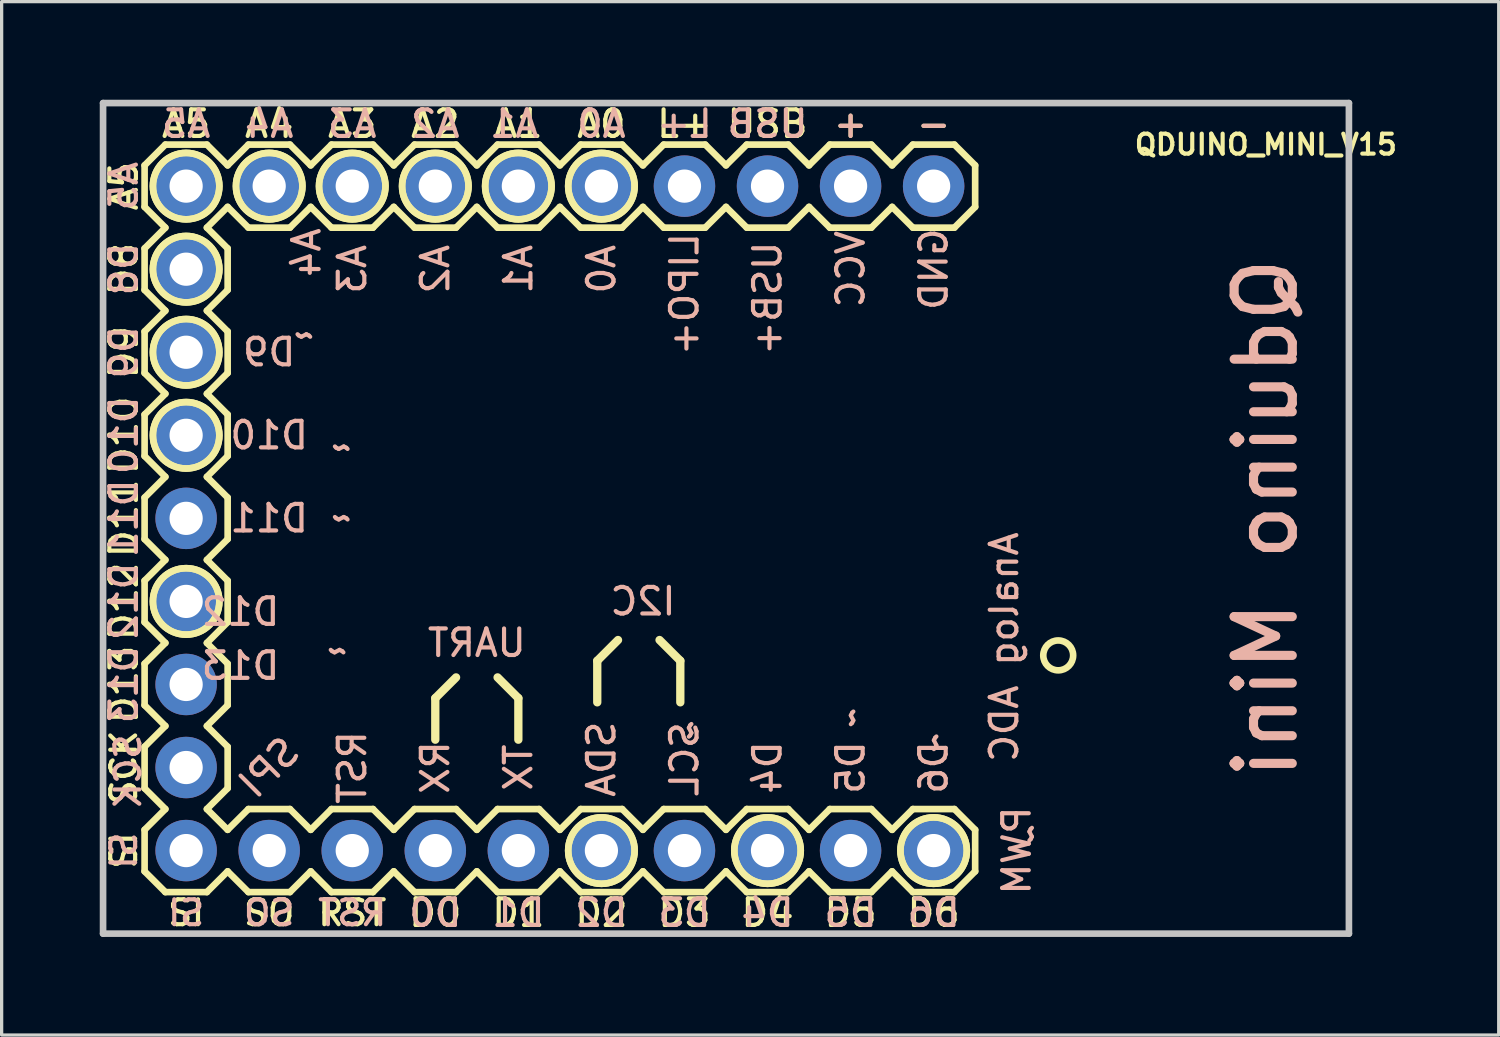
<source format=kicad_pcb>
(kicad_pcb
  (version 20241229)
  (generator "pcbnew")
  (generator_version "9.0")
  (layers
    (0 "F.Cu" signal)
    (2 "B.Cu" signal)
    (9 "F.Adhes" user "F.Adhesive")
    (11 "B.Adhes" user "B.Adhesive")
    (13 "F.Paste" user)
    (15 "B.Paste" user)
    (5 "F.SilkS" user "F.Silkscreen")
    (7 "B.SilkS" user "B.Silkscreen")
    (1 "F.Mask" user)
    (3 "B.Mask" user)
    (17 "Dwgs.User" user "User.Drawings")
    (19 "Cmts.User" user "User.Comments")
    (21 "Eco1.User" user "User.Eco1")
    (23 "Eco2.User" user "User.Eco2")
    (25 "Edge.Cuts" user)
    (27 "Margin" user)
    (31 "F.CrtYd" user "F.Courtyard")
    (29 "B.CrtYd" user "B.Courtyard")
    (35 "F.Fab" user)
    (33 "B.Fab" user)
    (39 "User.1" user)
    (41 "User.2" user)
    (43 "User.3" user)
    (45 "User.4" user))
  (footprint "QDUINO_MINI_V15"
    (layer "F.Cu")
    (at 19.152 12.802)
    (property "Reference" "QDUINO_MINI_V15" (at 16.51 -11.43 0) (layer "F.SilkS") (effects (font (size 0.61 0.61) (thickness 0.127))))
    (attr exclude_from_pos_files exclude_from_bom)
    (fp_line (start -17.78 -10.795) (end -17.78 -9.525) (stroke (width 0.203) (type solid)) (layer "F.SilkS"))
    (fp_line (start -17.78 -9.525) (end -17.145 -8.89) (stroke (width 0.203) (type solid)) (layer "F.SilkS"))
    (fp_line (start -17.78 -8.255) (end -17.145 -8.89) (stroke (width 0.203) (type solid)) (layer "F.SilkS"))
    (fp_line (start -17.78 -6.985) (end -17.78 -8.255) (stroke (width 0.203) (type solid)) (layer "F.SilkS"))
    (fp_line (start -17.78 -6.985) (end -17.145 -6.35) (stroke (width 0.203) (type solid)) (layer "F.SilkS"))
    (fp_line (start -17.78 -5.715) (end -17.145 -6.35) (stroke (width 0.203) (type solid)) (layer "F.SilkS"))
    (fp_line (start -17.78 -4.445) (end -17.78 -5.715) (stroke (width 0.203) (type solid)) (layer "F.SilkS"))
    (fp_line (start -17.78 -3.175) (end -17.145 -3.81) (stroke (width 0.203) (type solid)) (layer "F.SilkS"))
    (fp_line (start -17.78 -1.905) (end -17.78 -3.175) (stroke (width 0.203) (type solid)) (layer "F.SilkS"))
    (fp_line (start -17.78 -0.635) (end -17.145 -1.27) (stroke (width 0.203) (type solid)) (layer "F.SilkS"))
    (fp_line (start -17.78 0.635) (end -17.78 -0.635) (stroke (width 0.203) (type solid)) (layer "F.SilkS"))
    (fp_line (start -17.78 0.635) (end -17.145 1.27) (stroke (width 0.203) (type solid)) (layer "F.SilkS"))
    (fp_line (start -17.78 1.905) (end -17.145 1.27) (stroke (width 0.203) (type solid)) (layer "F.SilkS"))
    (fp_line (start -17.78 3.175) (end -17.78 1.905) (stroke (width 0.203) (type solid)) (layer "F.SilkS"))
    (fp_line (start -17.78 4.445) (end -17.145 3.81) (stroke (width 0.203) (type solid)) (layer "F.SilkS"))
    (fp_line (start -17.78 5.715) (end -17.78 4.445) (stroke (width 0.203) (type solid)) (layer "F.SilkS"))
    (fp_line (start -17.78 6.985) (end -17.145 6.35) (stroke (width 0.203) (type solid)) (layer "F.SilkS"))
    (fp_line (start -17.78 8.255) (end -17.78 6.985) (stroke (width 0.203) (type solid)) (layer "F.SilkS"))
    (fp_line (start -17.78 8.255) (end -17.145 8.89) (stroke (width 0.203) (type solid)) (layer "F.SilkS"))
    (fp_line (start -17.78 9.525) (end -17.78 10.795) (stroke (width 0.203) (type solid)) (layer "F.SilkS"))
    (fp_line (start -17.78 10.795) (end -17.145 11.43) (stroke (width 0.203) (type solid)) (layer "F.SilkS"))
    (fp_line (start -17.145 -11.43) (end -17.78 -10.795) (stroke (width 0.203) (type solid)) (layer "F.SilkS"))
    (fp_line (start -17.145 -11.43) (end -15.875 -11.43) (stroke (width 0.203) (type solid)) (layer "F.SilkS"))
    (fp_line (start -17.145 -3.81) (end -17.78 -4.445) (stroke (width 0.203) (type solid)) (layer "F.SilkS"))
    (fp_line (start -17.145 -1.27) (end -17.78 -1.905) (stroke (width 0.203) (type solid)) (layer "F.SilkS"))
    (fp_line (start -17.145 3.81) (end -17.78 3.175) (stroke (width 0.203) (type solid)) (layer "F.SilkS"))
    (fp_line (start -17.145 6.35) (end -17.78 5.715) (stroke (width 0.203) (type solid)) (layer "F.SilkS"))
    (fp_line (start -17.145 8.89) (end -17.78 9.525) (stroke (width 0.203) (type solid)) (layer "F.SilkS"))
    (fp_line (start -15.875 -11.43) (end -15.24 -10.795) (stroke (width 0.203) (type solid)) (layer "F.SilkS"))
    (fp_line (start -15.875 -8.89) (end -15.24 -8.255) (stroke (width 0.203) (type solid)) (layer "F.SilkS"))
    (fp_line (start -15.875 -6.35) (end -15.24 -6.985) (stroke (width 0.203) (type solid)) (layer "F.SilkS"))
    (fp_line (start -15.875 -6.35) (end -15.24 -5.715) (stroke (width 0.203) (type solid)) (layer "F.SilkS"))
    (fp_line (start -15.875 -3.81) (end -15.24 -3.175) (stroke (width 0.203) (type solid)) (layer "F.SilkS"))
    (fp_line (start -15.875 -1.27) (end -15.24 -0.635) (stroke (width 0.203) (type solid)) (layer "F.SilkS"))
    (fp_line (start -15.875 1.27) (end -15.24 0.635) (stroke (width 0.203) (type solid)) (layer "F.SilkS"))
    (fp_line (start -15.875 1.27) (end -15.24 1.905) (stroke (width 0.203) (type solid)) (layer "F.SilkS"))
    (fp_line (start -15.875 3.81) (end -15.24 4.445) (stroke (width 0.203) (type solid)) (layer "F.SilkS"))
    (fp_line (start -15.875 6.35) (end -15.24 6.985) (stroke (width 0.203) (type solid)) (layer "F.SilkS"))
    (fp_line (start -15.875 8.89) (end -15.24 8.255) (stroke (width 0.203) (type solid)) (layer "F.SilkS"))
    (fp_line (start -15.875 8.89) (end -15.24 9.525) (stroke (width 0.203) (type solid)) (layer "F.SilkS"))
    (fp_line (start -15.875 11.43) (end -17.145 11.43) (stroke (width 0.203) (type solid)) (layer "F.SilkS"))
    (fp_line (start -15.24 -10.795) (end -14.605 -11.43) (stroke (width 0.203) (type solid)) (layer "F.SilkS"))
    (fp_line (start -15.24 -9.525) (end -15.875 -8.89) (stroke (width 0.203) (type solid)) (layer "F.SilkS"))
    (fp_line (start -15.24 -8.255) (end -15.24 -6.985) (stroke (width 0.203) (type solid)) (layer "F.SilkS"))
    (fp_line (start -15.24 -5.715) (end -15.24 -4.445) (stroke (width 0.203) (type solid)) (layer "F.SilkS"))
    (fp_line (start -15.24 -4.445) (end -15.875 -3.81) (stroke (width 0.203) (type solid)) (layer "F.SilkS"))
    (fp_line (start -15.24 -3.175) (end -15.24 -1.905) (stroke (width 0.203) (type solid)) (layer "F.SilkS"))
    (fp_line (start -15.24 -1.905) (end -15.875 -1.27) (stroke (width 0.203) (type solid)) (layer "F.SilkS"))
    (fp_line (start -15.24 -0.635) (end -15.24 0.635) (stroke (width 0.203) (type solid)) (layer "F.SilkS"))
    (fp_line (start -15.24 1.905) (end -15.24 3.175) (stroke (width 0.203) (type solid)) (layer "F.SilkS"))
    (fp_line (start -15.24 3.175) (end -15.875 3.81) (stroke (width 0.203) (type solid)) (layer "F.SilkS"))
    (fp_line (start -15.24 4.445) (end -15.24 5.715) (stroke (width 0.203) (type solid)) (layer "F.SilkS"))
    (fp_line (start -15.24 5.715) (end -15.875 6.35) (stroke (width 0.203) (type solid)) (layer "F.SilkS"))
    (fp_line (start -15.24 6.985) (end -15.24 8.255) (stroke (width 0.203) (type solid)) (layer "F.SilkS"))
    (fp_line (start -15.24 9.525) (end -14.605 8.89) (stroke (width 0.203) (type solid)) (layer "F.SilkS"))
    (fp_line (start -15.24 10.795) (end -15.875 11.43) (stroke (width 0.203) (type solid)) (layer "F.SilkS"))
    (fp_line (start -14.605 -11.43) (end -13.335 -11.43) (stroke (width 0.203) (type solid)) (layer "F.SilkS"))
    (fp_line (start -14.605 -8.89) (end -15.24 -9.525) (stroke (width 0.203) (type solid)) (layer "F.SilkS"))
    (fp_line (start -14.605 8.89) (end -13.335 8.89) (stroke (width 0.203) (type solid)) (layer "F.SilkS"))
    (fp_line (start -14.605 11.43) (end -15.24 10.795) (stroke (width 0.203) (type solid)) (layer "F.SilkS"))
    (fp_line (start -13.335 -11.43) (end -12.7 -10.795) (stroke (width 0.203) (type solid)) (layer "F.SilkS"))
    (fp_line (start -13.335 -8.89) (end -14.605 -8.89) (stroke (width 0.203) (type solid)) (layer "F.SilkS"))
    (fp_line (start -13.335 8.89) (end -12.7 9.525) (stroke (width 0.203) (type solid)) (layer "F.SilkS"))
    (fp_line (start -13.335 11.43) (end -14.605 11.43) (stroke (width 0.203) (type solid)) (layer "F.SilkS"))
    (fp_line (start -12.7 -10.795) (end -12.065 -11.43) (stroke (width 0.203) (type solid)) (layer "F.SilkS"))
    (fp_line (start -12.7 -9.525) (end -13.335 -8.89) (stroke (width 0.203) (type solid)) (layer "F.SilkS"))
    (fp_line (start -12.7 9.525) (end -12.065 8.89) (stroke (width 0.203) (type solid)) (layer "F.SilkS"))
    (fp_line (start -12.7 10.795) (end -13.335 11.43) (stroke (width 0.203) (type solid)) (layer "F.SilkS"))
    (fp_line (start -12.065 -11.43) (end -10.795 -11.43) (stroke (width 0.203) (type solid)) (layer "F.SilkS"))
    (fp_line (start -12.065 -8.89) (end -12.7 -9.525) (stroke (width 0.203) (type solid)) (layer "F.SilkS"))
    (fp_line (start -12.065 8.89) (end -10.795 8.89) (stroke (width 0.203) (type solid)) (layer "F.SilkS"))
    (fp_line (start -12.065 11.43) (end -12.7 10.795) (stroke (width 0.203) (type solid)) (layer "F.SilkS"))
    (fp_line (start -10.795 -11.43) (end -10.16 -10.795) (stroke (width 0.203) (type solid)) (layer "F.SilkS"))
    (fp_line (start -10.795 -8.89) (end -12.065 -8.89) (stroke (width 0.203) (type solid)) (layer "F.SilkS"))
    (fp_line (start -10.795 8.89) (end -10.16 9.525) (stroke (width 0.203) (type solid)) (layer "F.SilkS"))
    (fp_line (start -10.795 11.43) (end -12.065 11.43) (stroke (width 0.203) (type solid)) (layer "F.SilkS"))
    (fp_line (start -10.16 -9.525) (end -10.795 -8.89) (stroke (width 0.203) (type solid)) (layer "F.SilkS"))
    (fp_line (start -10.16 -9.525) (end -9.525 -8.89) (stroke (width 0.203) (type solid)) (layer "F.SilkS"))
    (fp_line (start -10.16 10.795) (end -10.795 11.43) (stroke (width 0.203) (type solid)) (layer "F.SilkS"))
    (fp_line (start -10.16 10.795) (end -9.525 11.43) (stroke (width 0.203) (type solid)) (layer "F.SilkS"))
    (fp_line (start -9.525 -11.43) (end -10.16 -10.795) (stroke (width 0.203) (type solid)) (layer "F.SilkS"))
    (fp_line (start -9.525 -11.43) (end -8.255 -11.43) (stroke (width 0.203) (type solid)) (layer "F.SilkS"))
    (fp_line (start -9.525 8.89) (end -10.16 9.525) (stroke (width 0.203) (type solid)) (layer "F.SilkS"))
    (fp_line (start -9.525 8.89) (end -8.255 8.89) (stroke (width 0.203) (type solid)) (layer "F.SilkS"))
    (fp_line (start -8.89 5.499) (end -8.89 6.769) (stroke (width 0.254) (type solid)) (layer "F.SilkS"))
    (fp_line (start -8.89 5.499) (end -8.255 4.864) (stroke (width 0.254) (type solid)) (layer "F.SilkS"))
    (fp_line (start -8.255 -11.43) (end -7.62 -10.795) (stroke (width 0.203) (type solid)) (layer "F.SilkS"))
    (fp_line (start -8.255 -8.89) (end -9.525 -8.89) (stroke (width 0.203) (type solid)) (layer "F.SilkS"))
    (fp_line (start -8.255 8.89) (end -7.62 9.525) (stroke (width 0.203) (type solid)) (layer "F.SilkS"))
    (fp_line (start -8.255 11.43) (end -9.525 11.43) (stroke (width 0.203) (type solid)) (layer "F.SilkS"))
    (fp_line (start -7.62 -10.795) (end -6.985 -11.43) (stroke (width 0.203) (type solid)) (layer "F.SilkS"))
    (fp_line (start -7.62 -9.525) (end -8.255 -8.89) (stroke (width 0.203) (type solid)) (layer "F.SilkS"))
    (fp_line (start -7.62 9.525) (end -6.985 8.89) (stroke (width 0.203) (type solid)) (layer "F.SilkS"))
    (fp_line (start -7.62 10.795) (end -8.255 11.43) (stroke (width 0.203) (type solid)) (layer "F.SilkS"))
    (fp_line (start -6.985 -11.43) (end -5.715 -11.43) (stroke (width 0.203) (type solid)) (layer "F.SilkS"))
    (fp_line (start -6.985 -8.89) (end -7.62 -9.525) (stroke (width 0.203) (type solid)) (layer "F.SilkS"))
    (fp_line (start -6.985 4.864) (end -6.35 5.499) (stroke (width 0.254) (type solid)) (layer "F.SilkS"))
    (fp_line (start -6.985 8.89) (end -5.715 8.89) (stroke (width 0.203) (type solid)) (layer "F.SilkS"))
    (fp_line (start -6.985 11.43) (end -7.62 10.795) (stroke (width 0.203) (type solid)) (layer "F.SilkS"))
    (fp_line (start -6.35 5.499) (end -6.35 6.769) (stroke (width 0.254) (type solid)) (layer "F.SilkS"))
    (fp_line (start -5.715 -11.43) (end -5.08 -10.795) (stroke (width 0.203) (type solid)) (layer "F.SilkS"))
    (fp_line (start -5.715 -8.89) (end -6.985 -8.89) (stroke (width 0.203) (type solid)) (layer "F.SilkS"))
    (fp_line (start -5.715 8.89) (end -5.08 9.525) (stroke (width 0.203) (type solid)) (layer "F.SilkS"))
    (fp_line (start -5.715 11.43) (end -6.985 11.43) (stroke (width 0.203) (type solid)) (layer "F.SilkS"))
    (fp_line (start -5.08 -10.795) (end -4.445 -11.43) (stroke (width 0.203) (type solid)) (layer "F.SilkS"))
    (fp_line (start -5.08 -9.525) (end -5.715 -8.89) (stroke (width 0.203) (type solid)) (layer "F.SilkS"))
    (fp_line (start -5.08 9.525) (end -4.445 8.89) (stroke (width 0.203) (type solid)) (layer "F.SilkS"))
    (fp_line (start -5.08 10.795) (end -5.715 11.43) (stroke (width 0.203) (type solid)) (layer "F.SilkS"))
    (fp_line (start -4.445 -11.43) (end -3.175 -11.43) (stroke (width 0.203) (type solid)) (layer "F.SilkS"))
    (fp_line (start -4.445 -8.89) (end -5.08 -9.525) (stroke (width 0.203) (type solid)) (layer "F.SilkS"))
    (fp_line (start -4.445 8.89) (end -3.175 8.89) (stroke (width 0.203) (type solid)) (layer "F.SilkS"))
    (fp_line (start -4.445 11.43) (end -5.08 10.795) (stroke (width 0.203) (type solid)) (layer "F.SilkS"))
    (fp_line (start -3.937 4.356) (end -3.302 3.721) (stroke (width 0.254) (type solid)) (layer "F.SilkS"))
    (fp_line (start -3.937 5.626) (end -3.937 4.356) (stroke (width 0.254) (type solid)) (layer "F.SilkS"))
    (fp_line (start -3.175 -11.43) (end -2.54 -10.795) (stroke (width 0.203) (type solid)) (layer "F.SilkS"))
    (fp_line (start -3.175 -8.89) (end -4.445 -8.89) (stroke (width 0.203) (type solid)) (layer "F.SilkS"))
    (fp_line (start -3.175 8.89) (end -2.54 9.525) (stroke (width 0.203) (type solid)) (layer "F.SilkS"))
    (fp_line (start -3.175 11.43) (end -4.445 11.43) (stroke (width 0.203) (type solid)) (layer "F.SilkS"))
    (fp_line (start -2.54 -9.525) (end -3.175 -8.89) (stroke (width 0.203) (type solid)) (layer "F.SilkS"))
    (fp_line (start -2.54 -9.525) (end -1.905 -8.89) (stroke (width 0.203) (type solid)) (layer "F.SilkS"))
    (fp_line (start -2.54 10.795) (end -3.175 11.43) (stroke (width 0.203) (type solid)) (layer "F.SilkS"))
    (fp_line (start -2.54 10.795) (end -1.905 11.43) (stroke (width 0.203) (type solid)) (layer "F.SilkS"))
    (fp_line (start -2.032 3.721) (end -1.397 4.356) (stroke (width 0.254) (type solid)) (layer "F.SilkS"))
    (fp_line (start -1.905 -11.43) (end -2.54 -10.795) (stroke (width 0.203) (type solid)) (layer "F.SilkS"))
    (fp_line (start -1.905 -11.43) (end -0.635 -11.43) (stroke (width 0.203) (type solid)) (layer "F.SilkS"))
    (fp_line (start -1.905 8.89) (end -2.54 9.525) (stroke (width 0.203) (type solid)) (layer "F.SilkS"))
    (fp_line (start -1.905 8.89) (end -0.635 8.89) (stroke (width 0.203) (type solid)) (layer "F.SilkS"))
    (fp_line (start -1.397 4.356) (end -1.397 5.626) (stroke (width 0.254) (type solid)) (layer "F.SilkS"))
    (fp_line (start -0.635 -11.43) (end 0 -10.795) (stroke (width 0.203) (type solid)) (layer "F.SilkS"))
    (fp_line (start -0.635 -8.89) (end -1.905 -8.89) (stroke (width 0.203) (type solid)) (layer "F.SilkS"))
    (fp_line (start -0.635 8.89) (end 0 9.525) (stroke (width 0.203) (type solid)) (layer "F.SilkS"))
    (fp_line (start -0.635 11.43) (end -1.905 11.43) (stroke (width 0.203) (type solid)) (layer "F.SilkS"))
    (fp_line (start 0 -9.525) (end -0.635 -8.89) (stroke (width 0.203) (type solid)) (layer "F.SilkS"))
    (fp_line (start 0 -9.525) (end 0.635 -8.89) (stroke (width 0.203) (type solid)) (layer "F.SilkS"))
    (fp_line (start 0 10.795) (end -0.635 11.43) (stroke (width 0.203) (type solid)) (layer "F.SilkS"))
    (fp_line (start 0 10.795) (end 0.635 11.43) (stroke (width 0.203) (type solid)) (layer "F.SilkS"))
    (fp_line (start 0.635 -11.43) (end 0 -10.795) (stroke (width 0.203) (type solid)) (layer "F.SilkS"))
    (fp_line (start 0.635 -11.43) (end 1.905 -11.43) (stroke (width 0.203) (type solid)) (layer "F.SilkS"))
    (fp_line (start 0.635 8.89) (end 0 9.525) (stroke (width 0.203) (type solid)) (layer "F.SilkS"))
    (fp_line (start 0.635 8.89) (end 1.905 8.89) (stroke (width 0.203) (type solid)) (layer "F.SilkS"))
    (fp_line (start 1.905 -11.43) (end 2.54 -10.795) (stroke (width 0.203) (type solid)) (layer "F.SilkS"))
    (fp_line (start 1.905 -8.89) (end 0.635 -8.89) (stroke (width 0.203) (type solid)) (layer "F.SilkS"))
    (fp_line (start 1.905 8.89) (end 2.54 9.525) (stroke (width 0.203) (type solid)) (layer "F.SilkS"))
    (fp_line (start 1.905 11.43) (end 0.635 11.43) (stroke (width 0.203) (type solid)) (layer "F.SilkS"))
    (fp_line (start 2.54 -9.525) (end 1.905 -8.89) (stroke (width 0.203) (type solid)) (layer "F.SilkS"))
    (fp_line (start 2.54 -9.525) (end 3.175 -8.89) (stroke (width 0.203) (type solid)) (layer "F.SilkS"))
    (fp_line (start 2.54 10.795) (end 1.905 11.43) (stroke (width 0.203) (type solid)) (layer "F.SilkS"))
    (fp_line (start 2.54 10.795) (end 3.175 11.43) (stroke (width 0.203) (type solid)) (layer "F.SilkS"))
    (fp_line (start 3.175 -11.43) (end 2.54 -10.795) (stroke (width 0.203) (type solid)) (layer "F.SilkS"))
    (fp_line (start 3.175 -11.43) (end 4.445 -11.43) (stroke (width 0.203) (type solid)) (layer "F.SilkS"))
    (fp_line (start 3.175 8.89) (end 2.54 9.525) (stroke (width 0.203) (type solid)) (layer "F.SilkS"))
    (fp_line (start 3.175 8.89) (end 4.445 8.89) (stroke (width 0.203) (type solid)) (layer "F.SilkS"))
    (fp_line (start 4.445 -11.43) (end 5.08 -10.795) (stroke (width 0.203) (type solid)) (layer "F.SilkS"))
    (fp_line (start 4.445 -8.89) (end 3.175 -8.89) (stroke (width 0.203) (type solid)) (layer "F.SilkS"))
    (fp_line (start 4.445 8.89) (end 5.08 9.525) (stroke (width 0.203) (type solid)) (layer "F.SilkS"))
    (fp_line (start 4.445 11.43) (end 3.175 11.43) (stroke (width 0.203) (type solid)) (layer "F.SilkS"))
    (fp_line (start 5.08 -9.525) (end 4.445 -8.89) (stroke (width 0.203) (type solid)) (layer "F.SilkS"))
    (fp_line (start 5.08 -9.525) (end 5.715 -8.89) (stroke (width 0.203) (type solid)) (layer "F.SilkS"))
    (fp_line (start 5.08 10.795) (end 4.445 11.43) (stroke (width 0.203) (type solid)) (layer "F.SilkS"))
    (fp_line (start 5.08 10.795) (end 5.715 11.43) (stroke (width 0.203) (type solid)) (layer "F.SilkS"))
    (fp_line (start 5.715 -11.43) (end 5.08 -10.795) (stroke (width 0.203) (type solid)) (layer "F.SilkS"))
    (fp_line (start 5.715 -11.43) (end 6.985 -11.43) (stroke (width 0.203) (type solid)) (layer "F.SilkS"))
    (fp_line (start 5.715 8.89) (end 5.08 9.525) (stroke (width 0.203) (type solid)) (layer "F.SilkS"))
    (fp_line (start 5.715 8.89) (end 6.985 8.89) (stroke (width 0.203) (type solid)) (layer "F.SilkS"))
    (fp_line (start 6.985 -11.43) (end 7.62 -10.795) (stroke (width 0.203) (type solid)) (layer "F.SilkS"))
    (fp_line (start 6.985 -8.89) (end 5.715 -8.89) (stroke (width 0.203) (type solid)) (layer "F.SilkS"))
    (fp_line (start 6.985 8.89) (end 7.62 9.525) (stroke (width 0.203) (type solid)) (layer "F.SilkS"))
    (fp_line (start 6.985 11.43) (end 5.715 11.43) (stroke (width 0.203) (type solid)) (layer "F.SilkS"))
    (fp_line (start 7.62 -10.795) (end 7.62 -9.525) (stroke (width 0.203) (type solid)) (layer "F.SilkS"))
    (fp_line (start 7.62 -9.525) (end 6.985 -8.89) (stroke (width 0.203) (type solid)) (layer "F.SilkS"))
    (fp_line (start 7.62 9.525) (end 7.62 10.795) (stroke (width 0.203) (type solid)) (layer "F.SilkS"))
    (fp_line (start 7.62 10.795) (end 6.985 11.43) (stroke (width 0.203) (type solid)) (layer "F.SilkS"))
    (fp_circle (center -16.51 -10.16) (end -16.51 -11.176) (stroke (width 0.203) (type solid)) (fill no) (layer "F.SilkS"))
    (fp_circle (center -16.51 -10.16) (end -16.51 -11.176) (stroke (width 0.203) (type solid)) (fill no) (layer "F.SilkS"))
    (fp_circle (center -16.51 -7.62) (end -16.51 -8.636) (stroke (width 0.203) (type solid)) (fill no) (layer "F.SilkS"))
    (fp_circle (center -16.51 -7.62) (end -16.51 -8.636) (stroke (width 0.203) (type solid)) (fill no) (layer "F.SilkS"))
    (fp_circle (center -16.51 -5.08) (end -16.51 -6.096) (stroke (width 0.203) (type solid)) (fill no) (layer "F.SilkS"))
    (fp_circle (center -16.51 -5.08) (end -16.51 -6.096) (stroke (width 0.203) (type solid)) (fill no) (layer "F.SilkS"))
    (fp_circle (center -16.51 -2.54) (end -16.51 -3.556) (stroke (width 0.203) (type solid)) (fill no) (layer "F.SilkS"))
    (fp_circle (center -16.51 -2.54) (end -16.51 -3.556) (stroke (width 0.203) (type solid)) (fill no) (layer "F.SilkS"))
    (fp_circle (center -16.51 2.54) (end -16.51 1.524) (stroke (width 0.203) (type solid)) (fill no) (layer "F.SilkS"))
    (fp_circle (center -16.51 2.54) (end -16.51 1.524) (stroke (width 0.203) (type solid)) (fill no) (layer "F.SilkS"))
    (fp_circle (center -13.97 -10.16) (end -13.97 -11.176) (stroke (width 0.203) (type solid)) (fill no) (layer "F.SilkS"))
    (fp_circle (center -13.97 -10.16) (end -13.97 -11.176) (stroke (width 0.203) (type solid)) (fill no) (layer "F.SilkS"))
    (fp_circle (center -11.43 -10.16) (end -11.43 -11.176) (stroke (width 0.203) (type solid)) (fill no) (layer "F.SilkS"))
    (fp_circle (center -11.43 -10.16) (end -11.43 -11.176) (stroke (width 0.203) (type solid)) (fill no) (layer "F.SilkS"))
    (fp_circle (center -8.89 -10.16) (end -8.89 -11.176) (stroke (width 0.203) (type solid)) (fill no) (layer "F.SilkS"))
    (fp_circle (center -8.89 -10.16) (end -8.89 -11.176) (stroke (width 0.203) (type solid)) (fill no) (layer "F.SilkS"))
    (fp_circle (center -6.35 -10.16) (end -6.35 -11.176) (stroke (width 0.203) (type solid)) (fill no) (layer "F.SilkS"))
    (fp_circle (center -6.35 -10.16) (end -6.35 -11.176) (stroke (width 0.203) (type solid)) (fill no) (layer "F.SilkS"))
    (fp_circle (center -3.81 -10.16) (end -3.81 -11.176) (stroke (width 0.203) (type solid)) (fill no) (layer "F.SilkS"))
    (fp_circle (center -3.81 -10.16) (end -3.81 -11.176) (stroke (width 0.203) (type solid)) (fill no) (layer "F.SilkS"))
    (fp_circle (center -3.81 10.16) (end -3.81 9.144) (stroke (width 0.203) (type solid)) (fill no) (layer "F.SilkS"))
    (fp_circle (center -3.81 10.16) (end -3.81 9.144) (stroke (width 0.203) (type solid)) (fill no) (layer "F.SilkS"))
    (fp_circle (center 1.27 10.16) (end 1.27 9.144) (stroke (width 0.203) (type solid)) (fill no) (layer "F.SilkS"))
    (fp_circle (center 1.27 10.16) (end 1.27 9.144) (stroke (width 0.203) (type solid)) (fill no) (layer "F.SilkS"))
    (fp_circle (center 6.35 10.16) (end 6.35 9.144) (stroke (width 0.203) (type solid)) (fill no) (layer "F.SilkS"))
    (fp_circle (center 6.35 10.16) (end 6.35 9.144) (stroke (width 0.203) (type solid)) (fill no) (layer "F.SilkS"))
    (fp_circle (center 10.16 4.191) (end 10.16 3.734) (stroke (width 0.203) (type solid)) (fill no) (layer "F.SilkS"))
    (fp_line (start -19.05 -12.7) (end -19.05 12.7) (stroke (width 0.203) (type solid)) (layer "Dwgs.User"))
    (fp_line (start -19.05 12.7) (end 19.05 12.7) (stroke (width 0.203) (type solid)) (layer "Dwgs.User"))
    (fp_line (start -16.764 -10.414) (end -16.256 -10.414) (stroke (width 0.066) (type solid)) (layer "Dwgs.User"))
    (fp_line (start -16.764 -9.906) (end -16.764 -10.414) (stroke (width 0.066) (type solid)) (layer "Dwgs.User"))
    (fp_line (start -16.764 -9.906) (end -16.256 -9.906) (stroke (width 0.066) (type solid)) (layer "Dwgs.User"))
    (fp_line (start -16.764 -7.874) (end -16.256 -7.874) (stroke (width 0.066) (type solid)) (layer "Dwgs.User"))
    (fp_line (start -16.764 -7.366) (end -16.764 -7.874) (stroke (width 0.066) (type solid)) (layer "Dwgs.User"))
    (fp_line (start -16.764 -7.366) (end -16.256 -7.366) (stroke (width 0.066) (type solid)) (layer "Dwgs.User"))
    (fp_line (start -16.764 -5.334) (end -16.256 -5.334) (stroke (width 0.066) (type solid)) (layer "Dwgs.User"))
    (fp_line (start -16.764 -4.826) (end -16.764 -5.334) (stroke (width 0.066) (type solid)) (layer "Dwgs.User"))
    (fp_line (start -16.764 -4.826) (end -16.256 -4.826) (stroke (width 0.066) (type solid)) (layer "Dwgs.User"))
    (fp_line (start -16.764 -2.794) (end -16.256 -2.794) (stroke (width 0.066) (type solid)) (layer "Dwgs.User"))
    (fp_line (start -16.764 -2.286) (end -16.764 -2.794) (stroke (width 0.066) (type solid)) (layer "Dwgs.User"))
    (fp_line (start -16.764 -2.286) (end -16.256 -2.286) (stroke (width 0.066) (type solid)) (layer "Dwgs.User"))
    (fp_line (start -16.764 -0.254) (end -16.256 -0.254) (stroke (width 0.066) (type solid)) (layer "Dwgs.User"))
    (fp_line (start -16.764 0.254) (end -16.764 -0.254) (stroke (width 0.066) (type solid)) (layer "Dwgs.User"))
    (fp_line (start -16.764 0.254) (end -16.256 0.254) (stroke (width 0.066) (type solid)) (layer "Dwgs.User"))
    (fp_line (start -16.764 2.286) (end -16.256 2.286) (stroke (width 0.066) (type solid)) (layer "Dwgs.User"))
    (fp_line (start -16.764 2.794) (end -16.764 2.286) (stroke (width 0.066) (type solid)) (layer "Dwgs.User"))
    (fp_line (start -16.764 2.794) (end -16.256 2.794) (stroke (width 0.066) (type solid)) (layer "Dwgs.User"))
    (fp_line (start -16.764 4.826) (end -16.256 4.826) (stroke (width 0.066) (type solid)) (layer "Dwgs.User"))
    (fp_line (start -16.764 5.334) (end -16.764 4.826) (stroke (width 0.066) (type solid)) (layer "Dwgs.User"))
    (fp_line (start -16.764 5.334) (end -16.256 5.334) (stroke (width 0.066) (type solid)) (layer "Dwgs.User"))
    (fp_line (start -16.764 7.366) (end -16.256 7.366) (stroke (width 0.066) (type solid)) (layer "Dwgs.User"))
    (fp_line (start -16.764 7.874) (end -16.764 7.366) (stroke (width 0.066) (type solid)) (layer "Dwgs.User"))
    (fp_line (start -16.764 7.874) (end -16.256 7.874) (stroke (width 0.066) (type solid)) (layer "Dwgs.User"))
    (fp_line (start -16.764 9.906) (end -16.256 9.906) (stroke (width 0.066) (type solid)) (layer "Dwgs.User"))
    (fp_line (start -16.764 10.414) (end -16.764 9.906) (stroke (width 0.066) (type solid)) (layer "Dwgs.User"))
    (fp_line (start -16.764 10.414) (end -16.256 10.414) (stroke (width 0.066) (type solid)) (layer "Dwgs.User"))
    (fp_line (start -16.256 -9.906) (end -16.256 -10.414) (stroke (width 0.066) (type solid)) (layer "Dwgs.User"))
    (fp_line (start -16.256 -7.366) (end -16.256 -7.874) (stroke (width 0.066) (type solid)) (layer "Dwgs.User"))
    (fp_line (start -16.256 -4.826) (end -16.256 -5.334) (stroke (width 0.066) (type solid)) (layer "Dwgs.User"))
    (fp_line (start -16.256 -2.286) (end -16.256 -2.794) (stroke (width 0.066) (type solid)) (layer "Dwgs.User"))
    (fp_line (start -16.256 0.254) (end -16.256 -0.254) (stroke (width 0.066) (type solid)) (layer "Dwgs.User"))
    (fp_line (start -16.256 2.794) (end -16.256 2.286) (stroke (width 0.066) (type solid)) (layer "Dwgs.User"))
    (fp_line (start -16.256 5.334) (end -16.256 4.826) (stroke (width 0.066) (type solid)) (layer "Dwgs.User"))
    (fp_line (start -16.256 7.874) (end -16.256 7.366) (stroke (width 0.066) (type solid)) (layer "Dwgs.User"))
    (fp_line (start -16.256 10.414) (end -16.256 9.906) (stroke (width 0.066) (type solid)) (layer "Dwgs.User"))
    (fp_line (start -14.224 -10.414) (end -13.716 -10.414) (stroke (width 0.066) (type solid)) (layer "Dwgs.User"))
    (fp_line (start -14.224 -9.906) (end -14.224 -10.414) (stroke (width 0.066) (type solid)) (layer "Dwgs.User"))
    (fp_line (start -14.224 -9.906) (end -13.716 -9.906) (stroke (width 0.066) (type solid)) (layer "Dwgs.User"))
    (fp_line (start -14.224 9.906) (end -13.716 9.906) (stroke (width 0.066) (type solid)) (layer "Dwgs.User"))
    (fp_line (start -14.224 10.414) (end -14.224 9.906) (stroke (width 0.066) (type solid)) (layer "Dwgs.User"))
    (fp_line (start -14.224 10.414) (end -13.716 10.414) (stroke (width 0.066) (type solid)) (layer "Dwgs.User"))
    (fp_line (start -13.716 -9.906) (end -13.716 -10.414) (stroke (width 0.066) (type solid)) (layer "Dwgs.User"))
    (fp_line (start -13.716 10.414) (end -13.716 9.906) (stroke (width 0.066) (type solid)) (layer "Dwgs.User"))
    (fp_line (start -11.684 -10.414) (end -11.176 -10.414) (stroke (width 0.066) (type solid)) (layer "Dwgs.User"))
    (fp_line (start -11.684 -9.906) (end -11.684 -10.414) (stroke (width 0.066) (type solid)) (layer "Dwgs.User"))
    (fp_line (start -11.684 -9.906) (end -11.176 -9.906) (stroke (width 0.066) (type solid)) (layer "Dwgs.User"))
    (fp_line (start -11.684 9.906) (end -11.176 9.906) (stroke (width 0.066) (type solid)) (layer "Dwgs.User"))
    (fp_line (start -11.684 10.414) (end -11.684 9.906) (stroke (width 0.066) (type solid)) (layer "Dwgs.User"))
    (fp_line (start -11.684 10.414) (end -11.176 10.414) (stroke (width 0.066) (type solid)) (layer "Dwgs.User"))
    (fp_line (start -11.176 -9.906) (end -11.176 -10.414) (stroke (width 0.066) (type solid)) (layer "Dwgs.User"))
    (fp_line (start -11.176 10.414) (end -11.176 9.906) (stroke (width 0.066) (type solid)) (layer "Dwgs.User"))
    (fp_line (start -9.144 -10.414) (end -8.636 -10.414) (stroke (width 0.066) (type solid)) (layer "Dwgs.User"))
    (fp_line (start -9.144 -9.906) (end -9.144 -10.414) (stroke (width 0.066) (type solid)) (layer "Dwgs.User"))
    (fp_line (start -9.144 -9.906) (end -8.636 -9.906) (stroke (width 0.066) (type solid)) (layer "Dwgs.User"))
    (fp_line (start -9.144 9.906) (end -8.636 9.906) (stroke (width 0.066) (type solid)) (layer "Dwgs.User"))
    (fp_line (start -9.144 10.414) (end -9.144 9.906) (stroke (width 0.066) (type solid)) (layer "Dwgs.User"))
    (fp_line (start -9.144 10.414) (end -8.636 10.414) (stroke (width 0.066) (type solid)) (layer "Dwgs.User"))
    (fp_line (start -8.636 -9.906) (end -8.636 -10.414) (stroke (width 0.066) (type solid)) (layer "Dwgs.User"))
    (fp_line (start -8.636 10.414) (end -8.636 9.906) (stroke (width 0.066) (type solid)) (layer "Dwgs.User"))
    (fp_line (start -6.604 -10.414) (end -6.096 -10.414) (stroke (width 0.066) (type solid)) (layer "Dwgs.User"))
    (fp_line (start -6.604 -9.906) (end -6.604 -10.414) (stroke (width 0.066) (type solid)) (layer "Dwgs.User"))
    (fp_line (start -6.604 -9.906) (end -6.096 -9.906) (stroke (width 0.066) (type solid)) (layer "Dwgs.User"))
    (fp_line (start -6.604 9.906) (end -6.096 9.906) (stroke (width 0.066) (type solid)) (layer "Dwgs.User"))
    (fp_line (start -6.604 10.414) (end -6.604 9.906) (stroke (width 0.066) (type solid)) (layer "Dwgs.User"))
    (fp_line (start -6.604 10.414) (end -6.096 10.414) (stroke (width 0.066) (type solid)) (layer "Dwgs.User"))
    (fp_line (start -6.096 -9.906) (end -6.096 -10.414) (stroke (width 0.066) (type solid)) (layer "Dwgs.User"))
    (fp_line (start -6.096 10.414) (end -6.096 9.906) (stroke (width 0.066) (type solid)) (layer "Dwgs.User"))
    (fp_line (start -4.064 -10.414) (end -3.556 -10.414) (stroke (width 0.066) (type solid)) (layer "Dwgs.User"))
    (fp_line (start -4.064 -9.906) (end -4.064 -10.414) (stroke (width 0.066) (type solid)) (layer "Dwgs.User"))
    (fp_line (start -4.064 -9.906) (end -3.556 -9.906) (stroke (width 0.066) (type solid)) (layer "Dwgs.User"))
    (fp_line (start -4.064 9.906) (end -3.556 9.906) (stroke (width 0.066) (type solid)) (layer "Dwgs.User"))
    (fp_line (start -4.064 10.414) (end -4.064 9.906) (stroke (width 0.066) (type solid)) (layer "Dwgs.User"))
    (fp_line (start -4.064 10.414) (end -3.556 10.414) (stroke (width 0.066) (type solid)) (layer "Dwgs.User"))
    (fp_line (start -3.556 -9.906) (end -3.556 -10.414) (stroke (width 0.066) (type solid)) (layer "Dwgs.User"))
    (fp_line (start -3.556 10.414) (end -3.556 9.906) (stroke (width 0.066) (type solid)) (layer "Dwgs.User"))
    (fp_line (start -1.524 -10.414) (end -1.016 -10.414) (stroke (width 0.066) (type solid)) (layer "Dwgs.User"))
    (fp_line (start -1.524 -9.906) (end -1.524 -10.414) (stroke (width 0.066) (type solid)) (layer "Dwgs.User"))
    (fp_line (start -1.524 -9.906) (end -1.016 -9.906) (stroke (width 0.066) (type solid)) (layer "Dwgs.User"))
    (fp_line (start -1.524 9.906) (end -1.016 9.906) (stroke (width 0.066) (type solid)) (layer "Dwgs.User"))
    (fp_line (start -1.524 10.414) (end -1.524 9.906) (stroke (width 0.066) (type solid)) (layer "Dwgs.User"))
    (fp_line (start -1.524 10.414) (end -1.016 10.414) (stroke (width 0.066) (type solid)) (layer "Dwgs.User"))
    (fp_line (start -1.016 -9.906) (end -1.016 -10.414) (stroke (width 0.066) (type solid)) (layer "Dwgs.User"))
    (fp_line (start -1.016 10.414) (end -1.016 9.906) (stroke (width 0.066) (type solid)) (layer "Dwgs.User"))
    (fp_line (start 1.016 -10.414) (end 1.524 -10.414) (stroke (width 0.066) (type solid)) (layer "Dwgs.User"))
    (fp_line (start 1.016 -9.906) (end 1.016 -10.414) (stroke (width 0.066) (type solid)) (layer "Dwgs.User"))
    (fp_line (start 1.016 -9.906) (end 1.524 -9.906) (stroke (width 0.066) (type solid)) (layer "Dwgs.User"))
    (fp_line (start 1.016 9.906) (end 1.524 9.906) (stroke (width 0.066) (type solid)) (layer "Dwgs.User"))
    (fp_line (start 1.016 10.414) (end 1.016 9.906) (stroke (width 0.066) (type solid)) (layer "Dwgs.User"))
    (fp_line (start 1.016 10.414) (end 1.524 10.414) (stroke (width 0.066) (type solid)) (layer "Dwgs.User"))
    (fp_line (start 1.524 -9.906) (end 1.524 -10.414) (stroke (width 0.066) (type solid)) (layer "Dwgs.User"))
    (fp_line (start 1.524 10.414) (end 1.524 9.906) (stroke (width 0.066) (type solid)) (layer "Dwgs.User"))
    (fp_line (start 3.556 -10.414) (end 4.064 -10.414) (stroke (width 0.066) (type solid)) (layer "Dwgs.User"))
    (fp_line (start 3.556 -9.906) (end 3.556 -10.414) (stroke (width 0.066) (type solid)) (layer "Dwgs.User"))
    (fp_line (start 3.556 -9.906) (end 4.064 -9.906) (stroke (width 0.066) (type solid)) (layer "Dwgs.User"))
    (fp_line (start 3.556 9.906) (end 4.064 9.906) (stroke (width 0.066) (type solid)) (layer "Dwgs.User"))
    (fp_line (start 3.556 10.414) (end 3.556 9.906) (stroke (width 0.066) (type solid)) (layer "Dwgs.User"))
    (fp_line (start 3.556 10.414) (end 4.064 10.414) (stroke (width 0.066) (type solid)) (layer "Dwgs.User"))
    (fp_line (start 4.064 -9.906) (end 4.064 -10.414) (stroke (width 0.066) (type solid)) (layer "Dwgs.User"))
    (fp_line (start 4.064 10.414) (end 4.064 9.906) (stroke (width 0.066) (type solid)) (layer "Dwgs.User"))
    (fp_line (start 6.096 -10.414) (end 6.604 -10.414) (stroke (width 0.066) (type solid)) (layer "Dwgs.User"))
    (fp_line (start 6.096 -9.906) (end 6.096 -10.414) (stroke (width 0.066) (type solid)) (layer "Dwgs.User"))
    (fp_line (start 6.096 -9.906) (end 6.604 -9.906) (stroke (width 0.066) (type solid)) (layer "Dwgs.User"))
    (fp_line (start 6.096 9.906) (end 6.604 9.906) (stroke (width 0.066) (type solid)) (layer "Dwgs.User"))
    (fp_line (start 6.096 10.414) (end 6.096 9.906) (stroke (width 0.066) (type solid)) (layer "Dwgs.User"))
    (fp_line (start 6.096 10.414) (end 6.604 10.414) (stroke (width 0.066) (type solid)) (layer "Dwgs.User"))
    (fp_line (start 6.604 -9.906) (end 6.604 -10.414) (stroke (width 0.066) (type solid)) (layer "Dwgs.User"))
    (fp_line (start 6.604 10.414) (end 6.604 9.906) (stroke (width 0.066) (type solid)) (layer "Dwgs.User"))
    (fp_line (start 19.05 -12.7) (end -19.05 -12.7) (stroke (width 0.203) (type solid)) (layer "Dwgs.User"))
    (fp_line (start 19.05 12.7) (end 19.05 -12.7) (stroke (width 0.203) (type solid)) (layer "Dwgs.User"))
    (fp_text user "A2" (at -8.89 -12.065 180) (layer "F.SilkS") (effects (font (size 0.813 0.813) (thickness 0.127))))
    (fp_text user "D4" (at 1.27 12.065 0) (layer "F.SilkS") (effects (font (size 0.813 0.813) (thickness 0.127))))
    (fp_text user "RST" (at -11.43 12.065 0) (layer "F.SilkS") (effects (font (size 0.762 0.762) (thickness 0.127))))
    (fp_text user "D5" (at 3.81 12.065 0) (layer "F.SilkS") (effects (font (size 0.813 0.813) (thickness 0.127))))
    (fp_text user "A5" (at -16.51 -12.065 180) (layer "F.SilkS") (effects (font (size 0.813 0.813) (thickness 0.127))))
    (fp_text user "A1" (at -6.35 -12.065 180) (layer "F.SilkS") (effects (font (size 0.813 0.813) (thickness 0.127))))
    (fp_text user "SO" (at -13.97 12.065 0) (layer "F.SilkS") (effects (font (size 0.762 0.762) (thickness 0.127))))
    (fp_text user "D8" (at -18.415 -7.62 270) (layer "F.SilkS") (effects (font (size 0.813 0.813) (thickness 0.127))))
    (fp_text user "D6" (at 6.35 12.065 0) (layer "F.SilkS") (effects (font (size 0.813 0.813) (thickness 0.127))))
    (fp_text user "USB" (at 1.27 -12.065 180) (layer "F.SilkS") (effects (font (size 0.813 0.813) (thickness 0.127))))
    (fp_text user "-" (at 6.35 -12.065 180) (layer "F.SilkS") (effects (font (size 0.813 0.813) (thickness 0.127))))
    (fp_text user "SI" (at -18.415 10.16 270) (layer "F.SilkS") (effects (font (size 0.762 0.762) (thickness 0.127))))
    (fp_text user "D13" (at -18.415 5.08 270) (layer "F.SilkS") (effects (font (size 0.813 0.813) (thickness 0.127))))
    (fp_text user "D11" (at -18.415 0 270) (layer "F.SilkS") (effects (font (size 0.813 0.813) (thickness 0.127))))
    (fp_text user "D3" (at -1.27 12.065 0) (layer "F.SilkS") (effects (font (size 0.813 0.813) (thickness 0.127))))
    (fp_text user "D9" (at -18.415 -5.08 270) (layer "F.SilkS") (effects (font (size 0.813 0.813) (thickness 0.127))))
    (fp_text user "SCK" (at -18.415 7.62 270) (layer "F.SilkS") (effects (font (size 0.762 0.762) (thickness 0.127))))
    (fp_text user "A3" (at -11.43 -12.065 180) (layer "F.SilkS") (effects (font (size 0.813 0.813) (thickness 0.127))))
    (fp_text user "A4" (at -13.97 -12.065 180) (layer "F.SilkS") (effects (font (size 0.813 0.813) (thickness 0.127))))
    (fp_text user "D10" (at -18.415 -2.54 270) (layer "F.SilkS") (effects (font (size 0.813 0.813) (thickness 0.127))))
    (fp_text user "SI" (at -16.51 12.065 0) (layer "F.SilkS") (effects (font (size 0.762 0.762) (thickness 0.127))))
    (fp_text user "D0" (at -8.89 12.065 0) (layer "F.SilkS") (effects (font (size 0.813 0.813) (thickness 0.127))))
    (fp_text user "+" (at 3.81 -12.065 180) (layer "F.SilkS") (effects (font (size 0.813 0.813) (thickness 0.127))))
    (fp_text user "L+" (at -1.27 -12.065 180) (layer "F.SilkS") (effects (font (size 0.813 0.813) (thickness 0.127))))
    (fp_text user "A5" (at -18.415 -10.16 270) (layer "F.SilkS") (effects (font (size 0.813 0.813) (thickness 0.127))))
    (fp_text user "D1" (at -6.35 12.065 0) (layer "F.SilkS") (effects (font (size 0.813 0.813) (thickness 0.127))))
    (fp_text user "D12" (at -18.415 2.54 270) (layer "F.SilkS") (effects (font (size 0.813 0.813) (thickness 0.127))))
    (fp_text user "A0" (at -3.81 -12.065 180) (layer "F.SilkS") (effects (font (size 0.813 0.813) (thickness 0.127))))
    (fp_text user "D2" (at -3.81 12.065 0) (layer "F.SilkS") (effects (font (size 0.813 0.813) (thickness 0.127))))
    (fp_text user "A5" (at -16.51 -12.065 180) (layer "B.SilkS") (effects (font (size 0.813 0.813) (thickness 0.127)) (justify mirror)))
    (fp_text user "+" (at 3.81 -12.065 180) (layer "B.SilkS") (effects (font (size 0.813 0.813) (thickness 0.127)) (justify mirror)))
    (fp_text user "D10" (at -18.415 -2.54 90) (layer "B.SilkS") (effects (font (size 0.813 0.813) (thickness 0.127)) (justify mirror)))
    (fp_text user "SI" (at -16.51 12.065 0) (layer "B.SilkS") (effects (font (size 0.762 0.762) (thickness 0.127)) (justify mirror)))
    (fp_text user "RST" (at -11.43 7.62 90) (layer "B.SilkS") (effects (font (size 0.813 0.813) (thickness 0.127)) (justify mirror)))
    (fp_text user "GND" (at 6.35 -7.62 90) (layer "B.SilkS") (effects (font (size 0.813 0.813) (thickness 0.127)) (justify mirror)))
    (fp_text user "RST" (at -11.43 12.065 0) (layer "B.SilkS") (effects (font (size 0.762 0.762) (thickness 0.127)) (justify mirror)))
    (fp_text user "USB" (at 1.27 -12.065 180) (layer "B.SilkS") (effects (font (size 0.813 0.813) (thickness 0.127)) (justify mirror)))
    (fp_text user "A1" (at -6.35 -7.62 90) (layer "B.SilkS") (effects (font (size 0.813 0.813) (thickness 0.127)) (justify mirror)))
    (fp_text user "Qduino Mini" (at 16.51 0 90) (layer "B.SilkS") (effects (font (size 1.778 1.778) (thickness 0.279)) (justify mirror)))
    (fp_text user "I2C" (at -2.54 2.54 0) (layer "B.SilkS") (effects (font (size 0.813 0.813) (thickness 0.127)) (justify mirror)))
    (fp_text user "RX" (at -8.89 7.62 90) (layer "B.SilkS") (effects (font (size 0.813 0.813) (thickness 0.127)) (justify mirror)))
    (fp_text user "SO" (at -13.97 12.065 0) (layer "B.SilkS") (effects (font (size 0.762 0.762) (thickness 0.127)) (justify mirror)))
    (fp_text user "D12" (at -18.415 2.54 90) (layer "B.SilkS") (effects (font (size 0.813 0.813) (thickness 0.127)) (justify mirror)))
    (fp_text user "D8" (at -18.415 -7.62 90) (layer "B.SilkS") (effects (font (size 0.813 0.813) (thickness 0.127)) (justify mirror)))
    (fp_text user "D3" (at -1.27 12.065 0) (layer "B.SilkS") (effects (font (size 0.813 0.813) (thickness 0.127)) (justify mirror)))
    (fp_text user "~" (at -12.929 -5.613 0) (layer "B.SilkS") (effects (font (size 0.813 0.813) (thickness 0.127)) (justify mirror)))
    (fp_text user "D4" (at 1.27 7.62 90) (layer "B.SilkS") (effects (font (size 0.813 0.813) (thickness 0.127)) (justify mirror)))
    (fp_text user "D9" (at -18.415 -5.08 90) (layer "B.SilkS") (effects (font (size 0.813 0.813) (thickness 0.127)) (justify mirror)))
    (fp_text user "A0" (at -3.81 -12.065 180) (layer "B.SilkS") (effects (font (size 0.813 0.813) (thickness 0.127)) (justify mirror)))
    (fp_text user "D6" (at 6.35 7.62 90) (layer "B.SilkS") (effects (font (size 0.813 0.813) (thickness 0.127)) (justify mirror)))
    (fp_text user "~" (at 9.296 9.677 270) (layer "B.SilkS") (effects (font (size 0.813 0.813) (thickness 0.127)) (justify mirror)))
    (fp_text user "A4" (at -13.97 -12.065 180) (layer "B.SilkS") (effects (font (size 0.813 0.813) (thickness 0.127)) (justify mirror)))
    (fp_text user "PWM" (at 8.89 10.16 90) (layer "B.SilkS") (effects (font (size 0.813 0.813) (thickness 0.127)) (justify mirror)))
    (fp_text user "D1" (at -6.35 12.065 0) (layer "B.SilkS") (effects (font (size 0.813 0.813) (thickness 0.127)) (justify mirror)))
    (fp_text user "D10" (at -13.97 -2.54 180) (layer "B.SilkS") (effects (font (size 0.813 0.813) (thickness 0.127)) (justify mirror)))
    (fp_text user "A4" (at -12.827 -8.128 90) (layer "B.SilkS") (effects (font (size 0.813 0.813) (thickness 0.127)) (justify mirror)))
    (fp_text user "Analog ADC" (at 8.509 3.937 90) (layer "B.SilkS") (effects (font (size 0.813 0.813) (thickness 0.127)) (justify mirror)))
    (fp_text user "~" (at 3.835 6.121 270) (layer "B.SilkS") (effects (font (size 0.813 0.813) (thickness 0.127)) (justify mirror)))
    (fp_text user "D11" (at -18.415 0 90) (layer "B.SilkS") (effects (font (size 0.813 0.813) (thickness 0.127)) (justify mirror)))
    (fp_text user "L+" (at -1.27 -12.065 0) (layer "B.SilkS") (effects (font (size 0.813 0.813) (thickness 0.127)) (justify mirror)))
    (fp_text user "A0" (at -3.81 -7.62 270) (layer "B.SilkS") (effects (font (size 0.813 0.813) (thickness 0.127)) (justify mirror)))
    (fp_text user "~" (at -11.786 -2.182 0) (layer "B.SilkS") (effects (font (size 0.813 0.813) (thickness 0.127)) (justify mirror)))
    (fp_text user "D13" (at -14.846 4.508 180) (layer "B.SilkS") (effects (font (size 0.813 0.813) (thickness 0.127)) (justify mirror)))
    (fp_text user "-" (at 6.35 -12.065 180) (layer "B.SilkS") (effects (font (size 0.813 0.813) (thickness 0.127)) (justify mirror)))
    (fp_text user "SPI" (at -13.97 7.62 45) (layer "B.SilkS") (effects (font (size 0.813 0.813) (thickness 0.127)) (justify mirror)))
    (fp_text user "D4" (at 1.27 12.065 0) (layer "B.SilkS") (effects (font (size 0.813 0.813) (thickness 0.127)) (justify mirror)))
    (fp_text user "D13" (at -18.415 5.08 90) (layer "B.SilkS") (effects (font (size 0.813 0.813) (thickness 0.127)) (justify mirror)))
    (fp_text user "D12" (at -14.846 2.857 180) (layer "B.SilkS") (effects (font (size 0.813 0.813) (thickness 0.127)) (justify mirror)))
    (fp_text user "D9" (at -13.97 -5.08 180) (layer "B.SilkS") (effects (font (size 0.813 0.813) (thickness 0.127)) (justify mirror)))
    (fp_text user "A3" (at -11.43 -12.065 180) (layer "B.SilkS") (effects (font (size 0.813 0.813) (thickness 0.127)) (justify mirror)))
    (fp_text user "USB+" (at 1.27 -6.731 90) (layer "B.SilkS") (effects (font (size 0.813 0.813) (thickness 0.127)) (justify mirror)))
    (fp_text user "A2" (at -8.89 -7.62 90) (layer "B.SilkS") (effects (font (size 0.813 0.813) (thickness 0.127)) (justify mirror)))
    (fp_text user "VCC" (at 3.81 -7.62 90) (layer "B.SilkS") (effects (font (size 0.813 0.813) (thickness 0.127)) (justify mirror)))
    (fp_text user "D6" (at 6.35 12.065 0) (layer "B.SilkS") (effects (font (size 0.813 0.813) (thickness 0.127)) (justify mirror)))
    (fp_text user "A5" (at -18.415 -10.16 90) (layer "B.SilkS") (effects (font (size 0.813 0.813) (thickness 0.127)) (justify mirror)))
    (fp_text user "SI" (at -18.415 10.16 90) (layer "B.SilkS") (effects (font (size 0.762 0.762) (thickness 0.127)) (justify mirror)))
    (fp_text user "D2" (at -3.81 12.065 0) (layer "B.SilkS") (effects (font (size 0.813 0.813) (thickness 0.127)) (justify mirror)))
    (fp_text user "UART" (at -7.62 3.81 0) (layer "B.SilkS") (effects (font (size 0.813 0.813) (thickness 0.127)) (justify mirror)))
    (fp_text user "SDA" (at -3.81 7.366 90) (layer "B.SilkS") (effects (font (size 0.813 0.813) (thickness 0.127)) (justify mirror)))
    (fp_text user "~" (at -1.118 6.502 270) (layer "B.SilkS") (effects (font (size 0.813 0.813) (thickness 0.127)) (justify mirror)))
    (fp_text user "D5" (at 3.81 12.065 0) (layer "B.SilkS") (effects (font (size 0.813 0.813) (thickness 0.127)) (justify mirror)))
    (fp_text user "A2" (at -8.89 -12.065 180) (layer "B.SilkS") (effects (font (size 0.813 0.813) (thickness 0.127)) (justify mirror)))
    (fp_text user "LIPO+" (at -1.27 -6.858 90) (layer "B.SilkS") (effects (font (size 0.813 0.813) (thickness 0.127)) (justify mirror)))
    (fp_text user "D11" (at -13.97 0 180) (layer "B.SilkS") (effects (font (size 0.813 0.813) (thickness 0.127)) (justify mirror)))
    (fp_text user "A1" (at -6.477 -12.065 180) (layer "B.SilkS") (effects (font (size 0.813 0.813) (thickness 0.127)) (justify mirror)))
    (fp_text user "TX" (at -6.35 7.62 90) (layer "B.SilkS") (effects (font (size 0.813 0.813) (thickness 0.127)) (justify mirror)))
    (fp_text user "SCK" (at -18.288 7.747 90) (layer "B.SilkS") (effects (font (size 0.762 0.762) (thickness 0.127)) (justify mirror)))
    (fp_text user "D0" (at -8.89 12.065 0) (layer "B.SilkS") (effects (font (size 0.813 0.813) (thickness 0.127)) (justify mirror)))
    (fp_text user "~" (at 6.375 6.883 270) (layer "B.SilkS") (effects (font (size 0.813 0.813) (thickness 0.127)) (justify mirror)))
    (fp_text user "~" (at -11.786 -0.025 0) (layer "B.SilkS") (effects (font (size 0.813 0.813) (thickness 0.127)) (justify mirror)))
    (fp_text user "D5" (at 3.81 7.62 90) (layer "B.SilkS") (effects (font (size 0.813 0.813) (thickness 0.127)) (justify mirror)))
    (fp_text user "A3" (at -11.43 -7.62 90) (layer "B.SilkS") (effects (font (size 0.813 0.813) (thickness 0.127)) (justify mirror)))
    (fp_text user "~" (at -11.913 4.039 0) (layer "B.SilkS") (effects (font (size 0.813 0.813) (thickness 0.127)) (justify mirror)))
    (fp_text user "SCL" (at -1.27 7.366 90) (layer "B.SilkS") (effects (font (size 0.813 0.813) (thickness 0.127)) (justify mirror)))
    (pad "A0" thru_hole circle (at -3.81 -10.16) (size 1.88 1.88) (drill 1.016) (layers "*.Cu" "*.Mask"))
    (pad "A1" thru_hole circle (at -6.35 -10.16) (size 1.88 1.88) (drill 1.016) (layers "*.Cu" "*.Mask"))
    (pad "A2" thru_hole circle (at -8.89 -10.16) (size 1.88 1.88) (drill 1.016) (layers "*.Cu" "*.Mask"))
    (pad "A3" thru_hole circle (at -11.43 -10.16) (size 1.88 1.88) (drill 1.016) (layers "*.Cu" "*.Mask"))
    (pad "A4" thru_hole circle (at -13.97 -10.16) (size 1.88 1.88) (drill 1.016) (layers "*.Cu" "*.Mask"))
    (pad "A5" thru_hole circle (at -16.51 -10.16) (size 1.88 1.88) (drill 1.016) (layers "*.Cu" "*.Mask"))
    (pad "D0" thru_hole circle (at -8.89 10.16) (size 1.88 1.88) (drill 1.016) (layers "*.Cu" "*.Mask"))
    (pad "D1" thru_hole circle (at -6.35 10.16) (size 1.88 1.88) (drill 1.016) (layers "*.Cu" "*.Mask"))
    (pad "D2" thru_hole circle (at -3.81 10.16) (size 1.88 1.88) (drill 1.016) (layers "*.Cu" "*.Mask"))
    (pad "D3" thru_hole circle (at -1.27 10.16) (size 1.88 1.88) (drill 1.016) (layers "*.Cu" "*.Mask"))
    (pad "D4" thru_hole circle (at 1.27 10.16) (size 1.88 1.88) (drill 1.016) (layers "*.Cu" "*.Mask"))
    (pad "D5" thru_hole circle (at 3.81 10.16) (size 1.88 1.88) (drill 1.016) (layers "*.Cu" "*.Mask"))
    (pad "D6" thru_hole circle (at 6.35 10.16) (size 1.88 1.88) (drill 1.016) (layers "*.Cu" "*.Mask"))
    (pad "D8" thru_hole circle (at -16.51 -7.62) (size 1.88 1.88) (drill 1.016) (layers "*.Cu" "*.Mask"))
    (pad "D9" thru_hole circle (at -16.51 -5.08) (size 1.88 1.88) (drill 1.016) (layers "*.Cu" "*.Mask"))
    (pad "D10" thru_hole circle (at -16.51 -2.54) (size 1.88 1.88) (drill 1.016) (layers "*.Cu" "*.Mask"))
    (pad "D11" thru_hole circle (at -16.51 0) (size 1.88 1.88) (drill 1.016) (layers "*.Cu" "*.Mask"))
    (pad "D12" thru_hole circle (at -16.51 2.54) (size 1.88 1.88) (drill 1.016) (layers "*.Cu" "*.Mask"))
    (pad "D31" thru_hole circle (at -16.51 5.08) (size 1.88 1.88) (drill 1.016) (layers "*.Cu" "*.Mask"))
    (pad "GND" thru_hole circle (at 6.35 -10.16) (size 1.88 1.88) (drill 1.016) (layers "*.Cu" "*.Mask"))
    (pad "LIPO" thru_hole circle (at -1.27 -10.16) (size 1.88 1.88) (drill 1.016) (layers "*.Cu" "*.Mask"))
    (pad "MISO" thru_hole circle (at -13.97 10.16) (size 1.88 1.88) (drill 1.016) (layers "*.Cu" "*.Mask"))
    (pad "MOSI" thru_hole circle (at -16.51 10.16) (size 1.88 1.88) (drill 1.016) (layers "*.Cu" "*.Mask"))
    (pad "RST" thru_hole circle (at -11.43 10.16) (size 1.88 1.88) (drill 1.016) (layers "*.Cu" "*.Mask"))
    (pad "SCK" thru_hole circle (at -16.51 7.62) (size 1.88 1.88) (drill 1.016) (layers "*.Cu" "*.Mask"))
    (pad "VCC" thru_hole circle (at 3.81 -10.16) (size 1.88 1.88) (drill 1.016) (layers "*.Cu" "*.Mask"))
    (pad "VUSB" thru_hole circle (at 1.27 -10.16) (size 1.88 1.88) (drill 1.016) (layers "*.Cu" "*.Mask")))
  (gr_rect
    (start -3 -3)
    (end 42.783 28.603)
    (stroke (width 0.1) (type default))
    (fill no)
    (layer "Edge.Cuts")))
</source>
